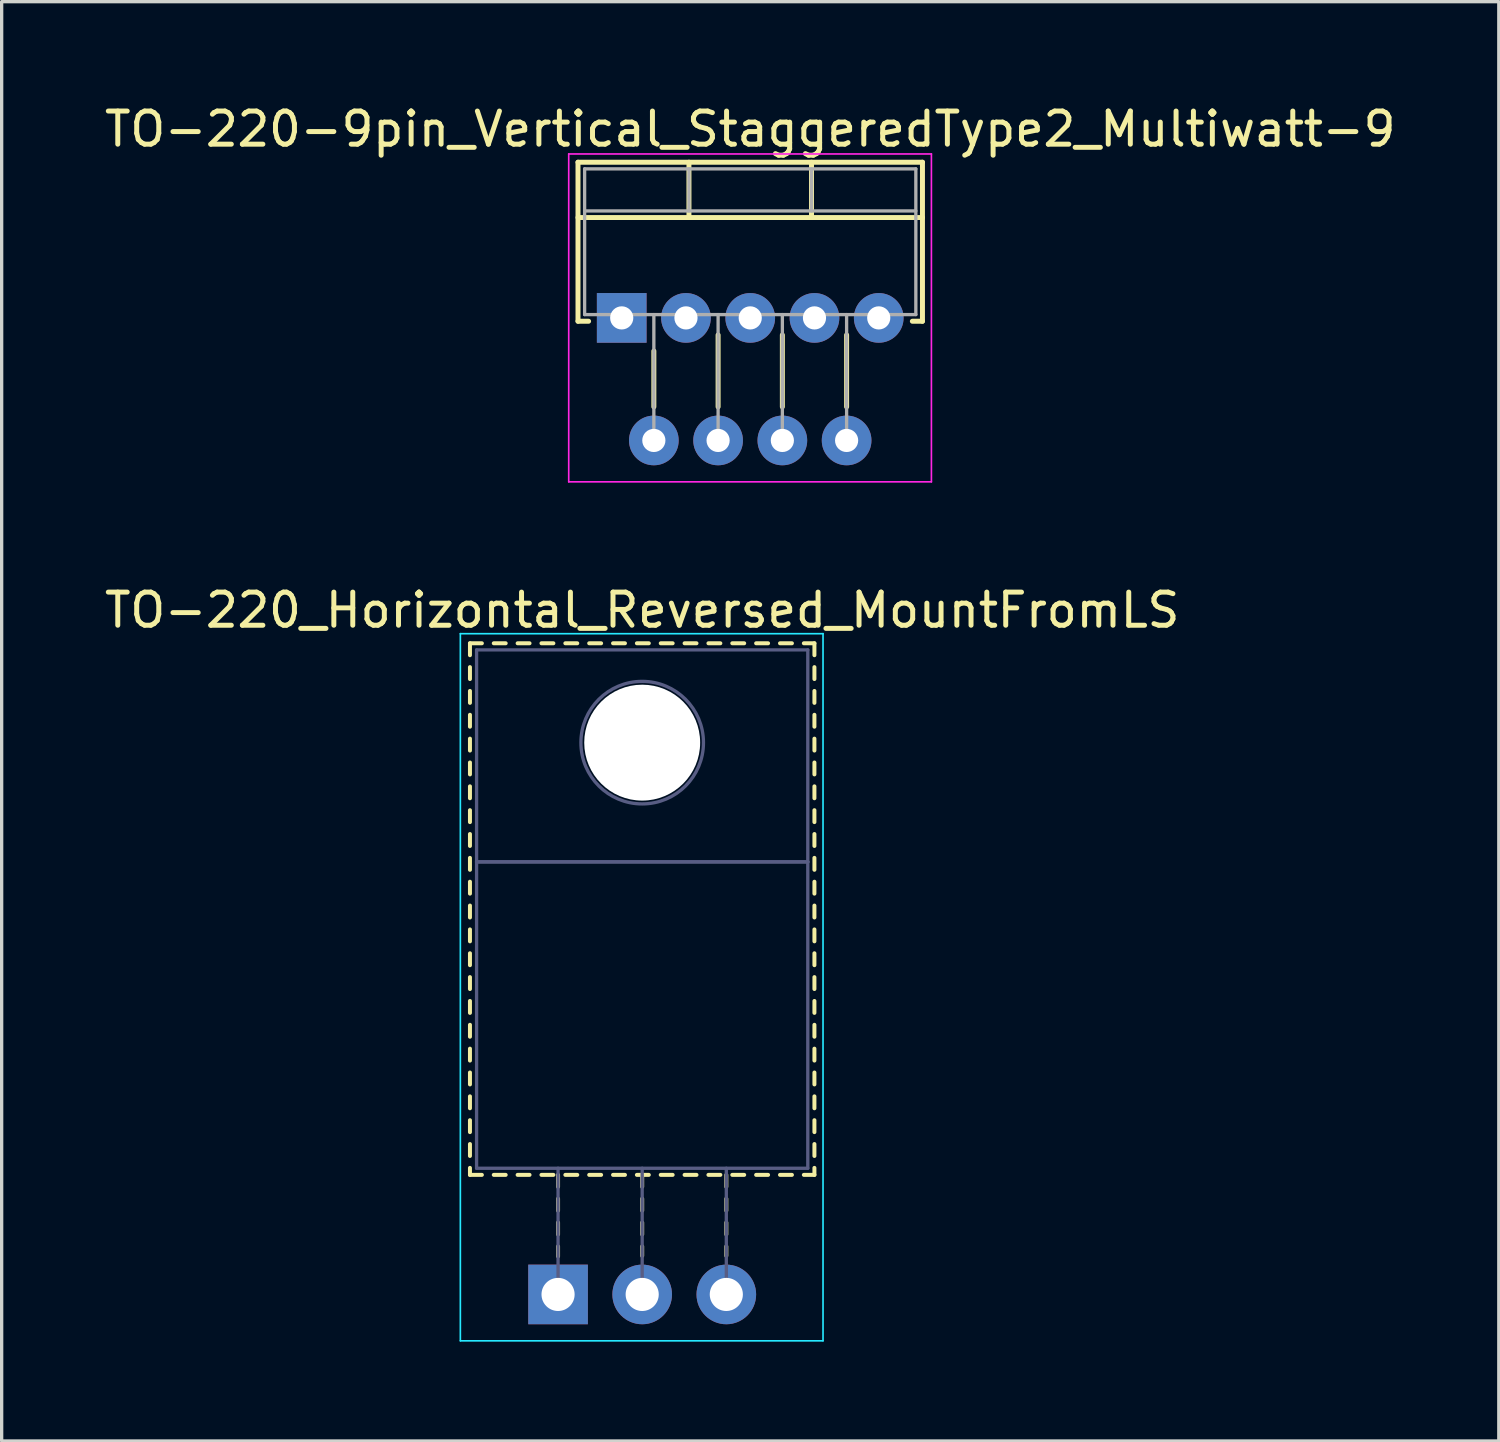
<source format=kicad_pcb>
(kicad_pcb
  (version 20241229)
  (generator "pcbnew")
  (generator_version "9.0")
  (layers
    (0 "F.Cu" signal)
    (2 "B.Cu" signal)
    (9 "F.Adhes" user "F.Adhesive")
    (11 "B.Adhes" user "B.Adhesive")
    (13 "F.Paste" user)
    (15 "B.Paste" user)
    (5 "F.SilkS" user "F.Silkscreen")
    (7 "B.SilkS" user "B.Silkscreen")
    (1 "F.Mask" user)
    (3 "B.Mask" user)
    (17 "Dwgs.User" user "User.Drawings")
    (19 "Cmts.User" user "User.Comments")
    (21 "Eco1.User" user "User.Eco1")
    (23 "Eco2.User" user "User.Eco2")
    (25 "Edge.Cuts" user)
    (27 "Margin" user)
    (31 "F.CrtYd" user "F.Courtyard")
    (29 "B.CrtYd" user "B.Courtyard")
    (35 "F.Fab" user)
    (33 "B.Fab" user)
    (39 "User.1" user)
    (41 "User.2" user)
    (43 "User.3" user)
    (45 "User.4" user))
  (footprint "TO-220-9pin_Vertical_StaggeredType2_Multiwatt-9"
    (layer "F.Cu")
    (at 15.721 6.548)
    (property "Reference" "TO-220-9pin_Vertical_StaggeredType2_Multiwatt-9" (at 3.88 -5.7 0) (layer "F.SilkS") (effects (font (size 1 1) (thickness 0.15))))
    (attr through_hole)
    (fp_line (start -1.32 -4.7) (end -1.32 0.101) (stroke (width 0.15) (type solid)) (layer "F.SilkS"))
    (fp_line (start -1.32 -4.7) (end 9.08 -4.7) (stroke (width 0.15) (type solid)) (layer "F.SilkS"))
    (fp_line (start -1.32 -3.03) (end 9.08 -3.03) (stroke (width 0.15) (type solid)) (layer "F.SilkS"))
    (fp_line (start -1.32 0.101) (end -1 0.101) (stroke (width 0.15) (type solid)) (layer "F.SilkS"))
    (fp_line (start 0.97 1) (end 0.97 2.685) (stroke (width 0.15) (type solid)) (layer "F.SilkS"))
    (fp_line (start 2.03 -4.7) (end 2.03 -3.03) (stroke (width 0.15) (type solid)) (layer "F.SilkS"))
    (fp_line (start 2.91 0.515) (end 2.91 2.685) (stroke (width 0.15) (type solid)) (layer "F.SilkS"))
    (fp_line (start 4.85 0.515) (end 4.85 2.685) (stroke (width 0.15) (type solid)) (layer "F.SilkS"))
    (fp_line (start 5.73 -4.7) (end 5.73 -3.03) (stroke (width 0.15) (type solid)) (layer "F.SilkS"))
    (fp_line (start 6.79 0.515) (end 6.79 2.685) (stroke (width 0.15) (type solid)) (layer "F.SilkS"))
    (fp_line (start 8.775 0.101) (end 9.08 0.101) (stroke (width 0.15) (type solid)) (layer "F.SilkS"))
    (fp_line (start 9.08 -4.7) (end 9.08 0.101) (stroke (width 0.15) (type solid)) (layer "F.SilkS"))
    (fp_line (start -1.6 -4.95) (end -1.6 4.95) (stroke (width 0.05) (type solid)) (layer "F.CrtYd"))
    (fp_line (start -1.6 4.95) (end 9.35 4.95) (stroke (width 0.05) (type solid)) (layer "F.CrtYd"))
    (fp_line (start 9.35 -4.95) (end -1.6 -4.95) (stroke (width 0.05) (type solid)) (layer "F.CrtYd"))
    (fp_line (start 9.35 4.95) (end 9.35 -4.95) (stroke (width 0.05) (type solid)) (layer "F.CrtYd"))
    (fp_line (start -1.12 -4.5) (end -1.12 -0.1) (stroke (width 0.1) (type solid)) (layer "F.Fab"))
    (fp_line (start -1.12 -3.23) (end 8.88 -3.23) (stroke (width 0.1) (type solid)) (layer "F.Fab"))
    (fp_line (start -1.12 -0.1) (end 8.88 -0.1) (stroke (width 0.1) (type solid)) (layer "F.Fab"))
    (fp_line (start 0 -0.1) (end 0 0) (stroke (width 0.1) (type solid)) (layer "F.Fab"))
    (fp_line (start 0.97 -0.1) (end 0.97 3.7) (stroke (width 0.1) (type solid)) (layer "F.Fab"))
    (fp_line (start 1.94 -0.1) (end 1.94 0) (stroke (width 0.1) (type solid)) (layer "F.Fab"))
    (fp_line (start 2.03 -4.5) (end 2.03 -3.23) (stroke (width 0.1) (type solid)) (layer "F.Fab"))
    (fp_line (start 2.91 -0.1) (end 2.91 3.7) (stroke (width 0.1) (type solid)) (layer "F.Fab"))
    (fp_line (start 3.88 -0.1) (end 3.88 0) (stroke (width 0.1) (type solid)) (layer "F.Fab"))
    (fp_line (start 4.85 -0.1) (end 4.85 3.7) (stroke (width 0.1) (type solid)) (layer "F.Fab"))
    (fp_line (start 5.73 -4.5) (end 5.73 -3.23) (stroke (width 0.1) (type solid)) (layer "F.Fab"))
    (fp_line (start 5.82 -0.1) (end 5.82 0) (stroke (width 0.1) (type solid)) (layer "F.Fab"))
    (fp_line (start 6.79 -0.1) (end 6.79 3.7) (stroke (width 0.1) (type solid)) (layer "F.Fab"))
    (fp_line (start 7.76 -0.1) (end 7.76 0) (stroke (width 0.1) (type solid)) (layer "F.Fab"))
    (fp_line (start 8.88 -4.5) (end -1.12 -4.5) (stroke (width 0.1) (type solid)) (layer "F.Fab"))
    (fp_line (start 8.88 -0.1) (end 8.88 -4.5) (stroke (width 0.1) (type solid)) (layer "F.Fab"))
    (pad "1" thru_hole rect (at 0 0) (size 1.5 1.5) (drill 0.7) (layers "*.Cu" "*.Mask"))
    (pad "2" thru_hole oval (at 0.97 3.7) (size 1.5 1.5) (drill 0.7) (layers "*.Cu" "*.Mask"))
    (pad "3" thru_hole oval (at 1.94 0) (size 1.5 1.5) (drill 0.7) (layers "*.Cu" "*.Mask"))
    (pad "4" thru_hole oval (at 2.91 3.7) (size 1.5 1.5) (drill 0.7) (layers "*.Cu" "*.Mask"))
    (pad "5" thru_hole oval (at 3.88 0) (size 1.5 1.5) (drill 0.7) (layers "*.Cu" "*.Mask"))
    (pad "6" thru_hole oval (at 4.85 3.7) (size 1.5 1.5) (drill 0.7) (layers "*.Cu" "*.Mask"))
    (pad "7" thru_hole oval (at 5.82 0) (size 1.5 1.5) (drill 0.7) (layers "*.Cu" "*.Mask"))
    (pad "8" thru_hole oval (at 6.79 3.7) (size 1.5 1.5) (drill 0.7) (layers "*.Cu" "*.Mask"))
    (pad "9" thru_hole oval (at 7.76 0) (size 1.5 1.5) (drill 0.7) (layers "*.Cu" "*.Mask")))
  (footprint "TO-220_Horizontal_Reversed_MountFromLS"
    (layer "F.Cu")
    (at 13.799 36.032)
    (property "Reference" "TO-220_Horizontal_Reversed_MountFromLS" (at 2.54 -20.66 0) (layer "F.SilkS") (effects (font (size 1 1) (thickness 0.15))))
    (attr through_hole)
    (fp_line (start -2.66 -19.66) (end -2.66 -19.3) (stroke (width 0.12) (type solid)) (layer "F.SilkS"))
    (fp_line (start -2.66 -19.66) (end -2.3 -19.66) (stroke (width 0.12) (type solid)) (layer "F.SilkS"))
    (fp_line (start -2.66 -18.94) (end -2.66 -18.58) (stroke (width 0.12) (type solid)) (layer "F.SilkS"))
    (fp_line (start -2.66 -18.221) (end -2.66 -17.861) (stroke (width 0.12) (type solid)) (layer "F.SilkS"))
    (fp_line (start -2.66 -17.501) (end -2.66 -17.141) (stroke (width 0.12) (type solid)) (layer "F.SilkS"))
    (fp_line (start -2.66 -16.781) (end -2.66 -16.421) (stroke (width 0.12) (type solid)) (layer "F.SilkS"))
    (fp_line (start -2.66 -16.061) (end -2.66 -15.701) (stroke (width 0.12) (type solid)) (layer "F.SilkS"))
    (fp_line (start -2.66 -15.341) (end -2.66 -14.981) (stroke (width 0.12) (type solid)) (layer "F.SilkS"))
    (fp_line (start -2.66 -14.621) (end -2.66 -14.261) (stroke (width 0.12) (type solid)) (layer "F.SilkS"))
    (fp_line (start -2.66 -13.901) (end -2.66 -13.541) (stroke (width 0.12) (type solid)) (layer "F.SilkS"))
    (fp_line (start -2.66 -13.181) (end -2.66 -12.821) (stroke (width 0.12) (type solid)) (layer "F.SilkS"))
    (fp_line (start -2.66 -12.461) (end -2.66 -12.101) (stroke (width 0.12) (type solid)) (layer "F.SilkS"))
    (fp_line (start -2.66 -11.741) (end -2.66 -11.381) (stroke (width 0.12) (type solid)) (layer "F.SilkS"))
    (fp_line (start -2.66 -11.021) (end -2.66 -10.661) (stroke (width 0.12) (type solid)) (layer "F.SilkS"))
    (fp_line (start -2.66 -10.301) (end -2.66 -9.941) (stroke (width 0.12) (type solid)) (layer "F.SilkS"))
    (fp_line (start -2.66 -9.581) (end -2.66 -9.221) (stroke (width 0.12) (type solid)) (layer "F.SilkS"))
    (fp_line (start -2.66 -8.861) (end -2.66 -8.501) (stroke (width 0.12) (type solid)) (layer "F.SilkS"))
    (fp_line (start -2.66 -8.141) (end -2.66 -7.781) (stroke (width 0.12) (type solid)) (layer "F.SilkS"))
    (fp_line (start -2.66 -7.421) (end -2.66 -7.061) (stroke (width 0.12) (type solid)) (layer "F.SilkS"))
    (fp_line (start -2.66 -6.701) (end -2.66 -6.341) (stroke (width 0.12) (type solid)) (layer "F.SilkS"))
    (fp_line (start -2.66 -5.981) (end -2.66 -5.621) (stroke (width 0.12) (type solid)) (layer "F.SilkS"))
    (fp_line (start -2.66 -5.261) (end -2.66 -4.901) (stroke (width 0.12) (type solid)) (layer "F.SilkS"))
    (fp_line (start -2.66 -4.541) (end -2.66 -4.181) (stroke (width 0.12) (type solid)) (layer "F.SilkS"))
    (fp_line (start -2.66 -3.821) (end -2.66 -3.61) (stroke (width 0.12) (type solid)) (layer "F.SilkS"))
    (fp_line (start -2.66 -3.61) (end -2.3 -3.61) (stroke (width 0.12) (type solid)) (layer "F.SilkS"))
    (fp_line (start -1.941 -19.66) (end -1.581 -19.66) (stroke (width 0.12) (type solid)) (layer "F.SilkS"))
    (fp_line (start -1.941 -3.61) (end -1.581 -3.61) (stroke (width 0.12) (type solid)) (layer "F.SilkS"))
    (fp_line (start -1.221 -19.66) (end -0.861 -19.66) (stroke (width 0.12) (type solid)) (layer "F.SilkS"))
    (fp_line (start -1.221 -3.61) (end -0.861 -3.61) (stroke (width 0.12) (type solid)) (layer "F.SilkS"))
    (fp_line (start -0.501 -19.66) (end -0.141 -19.66) (stroke (width 0.12) (type solid)) (layer "F.SilkS"))
    (fp_line (start -0.501 -3.61) (end -0.141 -3.61) (stroke (width 0.12) (type solid)) (layer "F.SilkS"))
    (fp_line (start 0 -3.61) (end 0 -3.25) (stroke (width 0.12) (type solid)) (layer "F.SilkS"))
    (fp_line (start 0 -2.89) (end 0 -2.53) (stroke (width 0.12) (type solid)) (layer "F.SilkS"))
    (fp_line (start 0 -2.171) (end 0 -1.811) (stroke (width 0.12) (type solid)) (layer "F.SilkS"))
    (fp_line (start 0 -1.451) (end 0 -1.15) (stroke (width 0.12) (type solid)) (layer "F.SilkS"))
    (fp_line (start 0.22 -19.66) (end 0.58 -19.66) (stroke (width 0.12) (type solid)) (layer "F.SilkS"))
    (fp_line (start 0.22 -3.61) (end 0.58 -3.61) (stroke (width 0.12) (type solid)) (layer "F.SilkS"))
    (fp_line (start 0.94 -19.66) (end 1.3 -19.66) (stroke (width 0.12) (type solid)) (layer "F.SilkS"))
    (fp_line (start 0.94 -3.61) (end 1.3 -3.61) (stroke (width 0.12) (type solid)) (layer "F.SilkS"))
    (fp_line (start 1.66 -19.66) (end 2.02 -19.66) (stroke (width 0.12) (type solid)) (layer "F.SilkS"))
    (fp_line (start 1.66 -3.61) (end 2.02 -3.61) (stroke (width 0.12) (type solid)) (layer "F.SilkS"))
    (fp_line (start 2.38 -19.66) (end 2.74 -19.66) (stroke (width 0.12) (type solid)) (layer "F.SilkS"))
    (fp_line (start 2.38 -3.61) (end 2.74 -3.61) (stroke (width 0.12) (type solid)) (layer "F.SilkS"))
    (fp_line (start 2.54 -3.61) (end 2.54 -3.25) (stroke (width 0.12) (type solid)) (layer "F.SilkS"))
    (fp_line (start 2.54 -2.89) (end 2.54 -2.53) (stroke (width 0.12) (type solid)) (layer "F.SilkS"))
    (fp_line (start 2.54 -2.171) (end 2.54 -1.811) (stroke (width 0.12) (type solid)) (layer "F.SilkS"))
    (fp_line (start 2.54 -1.451) (end 2.54 -1.165) (stroke (width 0.12) (type solid)) (layer "F.SilkS"))
    (fp_line (start 3.1 -19.66) (end 3.46 -19.66) (stroke (width 0.12) (type solid)) (layer "F.SilkS"))
    (fp_line (start 3.1 -3.61) (end 3.46 -3.61) (stroke (width 0.12) (type solid)) (layer "F.SilkS"))
    (fp_line (start 3.82 -19.66) (end 4.18 -19.66) (stroke (width 0.12) (type solid)) (layer "F.SilkS"))
    (fp_line (start 3.82 -3.61) (end 4.18 -3.61) (stroke (width 0.12) (type solid)) (layer "F.SilkS"))
    (fp_line (start 4.54 -19.66) (end 4.9 -19.66) (stroke (width 0.12) (type solid)) (layer "F.SilkS"))
    (fp_line (start 4.54 -3.61) (end 4.9 -3.61) (stroke (width 0.12) (type solid)) (layer "F.SilkS"))
    (fp_line (start 5.08 -3.61) (end 5.08 -3.25) (stroke (width 0.12) (type solid)) (layer "F.SilkS"))
    (fp_line (start 5.08 -2.89) (end 5.08 -2.53) (stroke (width 0.12) (type solid)) (layer "F.SilkS"))
    (fp_line (start 5.08 -2.171) (end 5.08 -1.811) (stroke (width 0.12) (type solid)) (layer "F.SilkS"))
    (fp_line (start 5.08 -1.451) (end 5.08 -1.165) (stroke (width 0.12) (type solid)) (layer "F.SilkS"))
    (fp_line (start 5.26 -19.66) (end 5.62 -19.66) (stroke (width 0.12) (type solid)) (layer "F.SilkS"))
    (fp_line (start 5.26 -3.61) (end 5.62 -3.61) (stroke (width 0.12) (type solid)) (layer "F.SilkS"))
    (fp_line (start 5.98 -19.66) (end 6.341 -19.66) (stroke (width 0.12) (type solid)) (layer "F.SilkS"))
    (fp_line (start 5.98 -3.61) (end 6.341 -3.61) (stroke (width 0.12) (type solid)) (layer "F.SilkS"))
    (fp_line (start 6.701 -19.66) (end 7.061 -19.66) (stroke (width 0.12) (type solid)) (layer "F.SilkS"))
    (fp_line (start 6.701 -3.61) (end 7.061 -3.61) (stroke (width 0.12) (type solid)) (layer "F.SilkS"))
    (fp_line (start 7.421 -19.66) (end 7.74 -19.66) (stroke (width 0.12) (type solid)) (layer "F.SilkS"))
    (fp_line (start 7.421 -3.61) (end 7.74 -3.61) (stroke (width 0.12) (type solid)) (layer "F.SilkS"))
    (fp_line (start 7.74 -19.66) (end 7.74 -19.3) (stroke (width 0.12) (type solid)) (layer "F.SilkS"))
    (fp_line (start 7.74 -18.94) (end 7.74 -18.58) (stroke (width 0.12) (type solid)) (layer "F.SilkS"))
    (fp_line (start 7.74 -18.221) (end 7.74 -17.861) (stroke (width 0.12) (type solid)) (layer "F.SilkS"))
    (fp_line (start 7.74 -17.501) (end 7.74 -17.141) (stroke (width 0.12) (type solid)) (layer "F.SilkS"))
    (fp_line (start 7.74 -16.781) (end 7.74 -16.421) (stroke (width 0.12) (type solid)) (layer "F.SilkS"))
    (fp_line (start 7.74 -16.061) (end 7.74 -15.701) (stroke (width 0.12) (type solid)) (layer "F.SilkS"))
    (fp_line (start 7.74 -15.341) (end 7.74 -14.981) (stroke (width 0.12) (type solid)) (layer "F.SilkS"))
    (fp_line (start 7.74 -14.621) (end 7.74 -14.261) (stroke (width 0.12) (type solid)) (layer "F.SilkS"))
    (fp_line (start 7.74 -13.901) (end 7.74 -13.541) (stroke (width 0.12) (type solid)) (layer "F.SilkS"))
    (fp_line (start 7.74 -13.181) (end 7.74 -12.821) (stroke (width 0.12) (type solid)) (layer "F.SilkS"))
    (fp_line (start 7.74 -12.461) (end 7.74 -12.101) (stroke (width 0.12) (type solid)) (layer "F.SilkS"))
    (fp_line (start 7.74 -11.741) (end 7.74 -11.381) (stroke (width 0.12) (type solid)) (layer "F.SilkS"))
    (fp_line (start 7.74 -11.021) (end 7.74 -10.661) (stroke (width 0.12) (type solid)) (layer "F.SilkS"))
    (fp_line (start 7.74 -10.301) (end 7.74 -9.941) (stroke (width 0.12) (type solid)) (layer "F.SilkS"))
    (fp_line (start 7.74 -9.581) (end 7.74 -9.221) (stroke (width 0.12) (type solid)) (layer "F.SilkS"))
    (fp_line (start 7.74 -8.861) (end 7.74 -8.501) (stroke (width 0.12) (type solid)) (layer "F.SilkS"))
    (fp_line (start 7.74 -8.141) (end 7.74 -7.781) (stroke (width 0.12) (type solid)) (layer "F.SilkS"))
    (fp_line (start 7.74 -7.421) (end 7.74 -7.061) (stroke (width 0.12) (type solid)) (layer "F.SilkS"))
    (fp_line (start 7.74 -6.701) (end 7.74 -6.341) (stroke (width 0.12) (type solid)) (layer "F.SilkS"))
    (fp_line (start 7.74 -5.981) (end 7.74 -5.621) (stroke (width 0.12) (type solid)) (layer "F.SilkS"))
    (fp_line (start 7.74 -5.261) (end 7.74 -4.901) (stroke (width 0.12) (type solid)) (layer "F.SilkS"))
    (fp_line (start 7.74 -4.541) (end 7.74 -4.181) (stroke (width 0.12) (type solid)) (layer "F.SilkS"))
    (fp_line (start 7.74 -3.821) (end 7.74 -3.61) (stroke (width 0.12) (type solid)) (layer "F.SilkS"))
    (fp_line (start -2.95 -19.95) (end -2.95 1.4) (stroke (width 0.05) (type solid)) (layer "B.CrtYd"))
    (fp_line (start -2.95 1.4) (end 8 1.4) (stroke (width 0.05) (type solid)) (layer "B.CrtYd"))
    (fp_line (start 8 -19.95) (end -2.95 -19.95) (stroke (width 0.05) (type solid)) (layer "B.CrtYd"))
    (fp_line (start 8 1.4) (end 8 -19.95) (stroke (width 0.05) (type solid)) (layer "B.CrtYd"))
    (fp_line (start -2.46 -19.46) (end 7.54 -19.46) (stroke (width 0.1) (type solid)) (layer "B.Fab"))
    (fp_line (start -2.46 -13.06) (end -2.46 -19.46) (stroke (width 0.1) (type solid)) (layer "B.Fab"))
    (fp_line (start -2.46 -13.06) (end 7.54 -13.06) (stroke (width 0.1) (type solid)) (layer "B.Fab"))
    (fp_line (start -2.46 -3.81) (end -2.46 -13.06) (stroke (width 0.1) (type solid)) (layer "B.Fab"))
    (fp_line (start 0 -3.81) (end 0 0) (stroke (width 0.1) (type solid)) (layer "B.Fab"))
    (fp_line (start 2.54 -3.81) (end 2.54 0) (stroke (width 0.1) (type solid)) (layer "B.Fab"))
    (fp_line (start 5.08 -3.81) (end 5.08 0) (stroke (width 0.1) (type solid)) (layer "B.Fab"))
    (fp_line (start 7.54 -19.46) (end 7.54 -13.06) (stroke (width 0.1) (type solid)) (layer "B.Fab"))
    (fp_line (start 7.54 -13.06) (end -2.46 -13.06) (stroke (width 0.1) (type solid)) (layer "B.Fab"))
    (fp_line (start 7.54 -13.06) (end 7.54 -3.81) (stroke (width 0.1) (type solid)) (layer "B.Fab"))
    (fp_line (start 7.54 -3.81) (end -2.46 -3.81) (stroke (width 0.1) (type solid)) (layer "B.Fab"))
    (fp_circle (center 2.54 -16.66) (end 4.39 -16.66) (stroke (width 0.1) (type solid)) (fill no) (layer "B.Fab"))
    (pad "" np_thru_hole oval (at 2.54 -16.66) (size 3.5 3.5) (drill 3.5) (layers "*.Cu" "*.Mask"))
    (pad "1" thru_hole rect (at 0 0) (size 1.8 1.8) (drill 1) (layers "*.Cu" "*.Mask"))
    (pad "2" thru_hole oval (at 2.54 0) (size 1.8 1.8) (drill 1) (layers "*.Cu" "*.Mask"))
    (pad "3" thru_hole oval (at 5.08 0) (size 1.8 1.8) (drill 1) (layers "*.Cu" "*.Mask")))
  (gr_rect
    (start -3 -3)
    (end 42.202 40.456)
    (stroke (width 0.1) (type default))
    (fill no)
    (layer "Edge.Cuts")))
</source>
